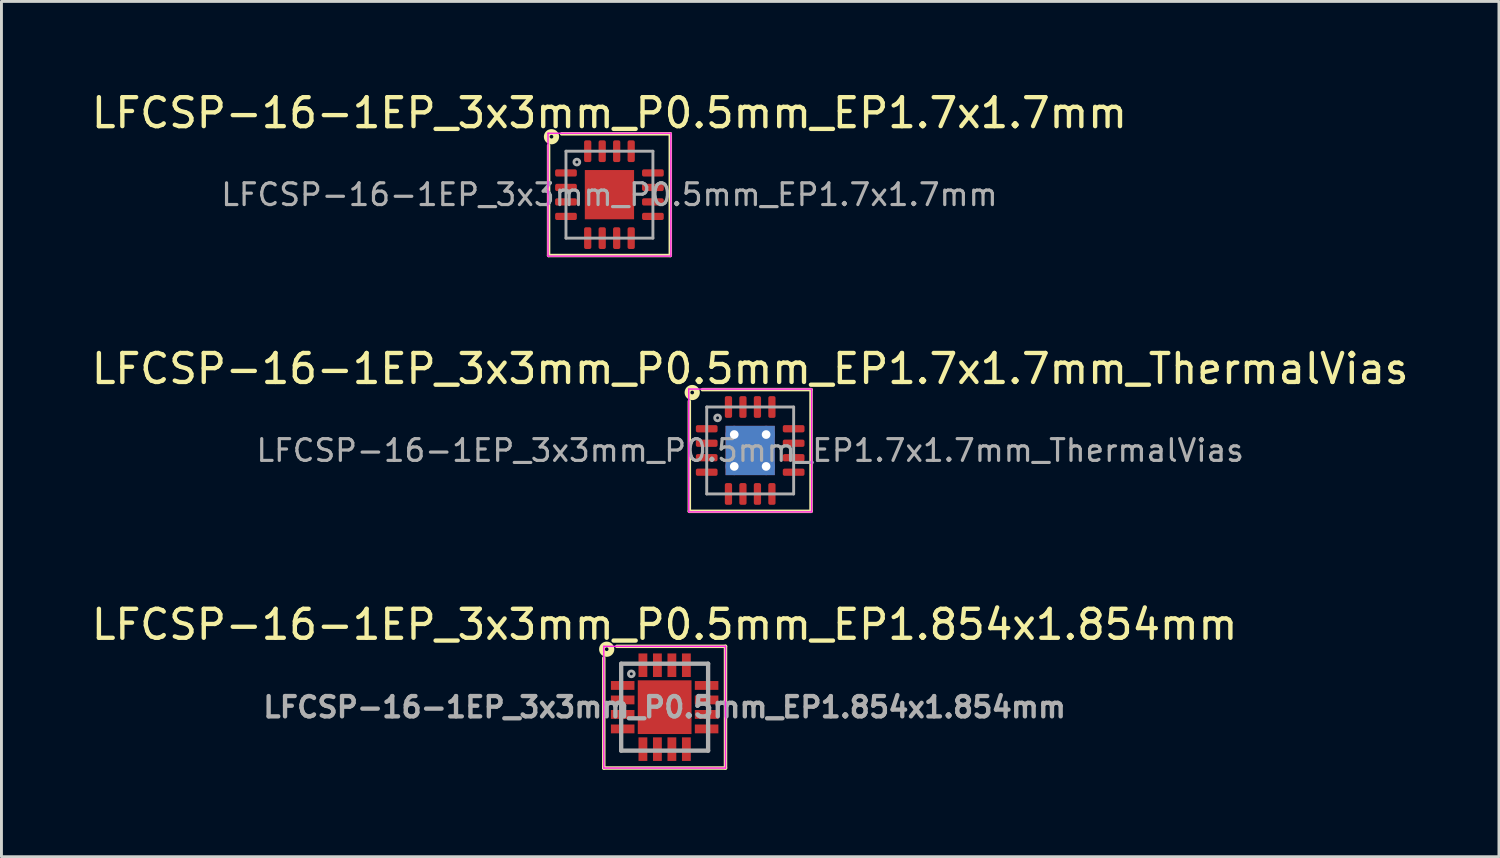
<source format=kicad_pcb>
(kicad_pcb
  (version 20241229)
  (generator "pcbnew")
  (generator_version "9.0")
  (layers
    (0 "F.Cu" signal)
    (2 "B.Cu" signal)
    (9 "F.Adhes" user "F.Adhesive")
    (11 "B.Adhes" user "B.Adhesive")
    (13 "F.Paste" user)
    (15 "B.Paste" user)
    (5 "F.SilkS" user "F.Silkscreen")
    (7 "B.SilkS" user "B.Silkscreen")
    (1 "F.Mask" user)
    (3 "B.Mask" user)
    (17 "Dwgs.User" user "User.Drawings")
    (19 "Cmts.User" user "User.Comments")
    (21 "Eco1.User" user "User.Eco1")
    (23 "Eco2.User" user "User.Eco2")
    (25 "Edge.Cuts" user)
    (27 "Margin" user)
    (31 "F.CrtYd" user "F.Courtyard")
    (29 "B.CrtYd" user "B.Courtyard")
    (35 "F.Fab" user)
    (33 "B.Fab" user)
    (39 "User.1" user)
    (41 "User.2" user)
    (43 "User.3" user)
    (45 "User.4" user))
  (footprint "LFCSP-16-1EP_3x3mm_P0.5mm_EP1.7x1.7mm"
    (layer "F.Cu")
    (at 17.982 3.668)
    (property "Reference" "LFCSP-16-1EP_3x3mm_P0.5mm_EP1.7x1.7mm" (at 0 -2.82 0) (layer "F.SilkS") (effects (font (size 1 1) (thickness 0.15))))
    (attr smd)
    (fp_line (start -2.1 2.1) (end -2.1 -1.7) (stroke (width 0.12) (type solid)) (layer "F.SilkS"))
    (fp_line (start 2.1 -2.1) (end -1.65 -2.1) (stroke (width 0.12) (type solid)) (layer "F.SilkS"))
    (fp_line (start 2.1 -2.1) (end 2.1 2.1) (stroke (width 0.12) (type solid)) (layer "F.SilkS"))
    (fp_line (start 2.1 2.1) (end -2.1 2.1) (stroke (width 0.12) (type solid)) (layer "F.SilkS"))
    (fp_circle (center -2 -2) (end -1.937 -2) (stroke (width 0.2) (type solid)) (fill no) (layer "F.SilkS"))
    (fp_line (start -2.12 -2.12) (end -2.12 2.12) (stroke (width 0.05) (type solid)) (layer "F.CrtYd"))
    (fp_line (start -2.12 2.12) (end 2.12 2.12) (stroke (width 0.05) (type solid)) (layer "F.CrtYd"))
    (fp_line (start 2.12 -2.12) (end -2.12 -2.12) (stroke (width 0.05) (type solid)) (layer "F.CrtYd"))
    (fp_line (start 2.12 2.12) (end 2.12 -2.12) (stroke (width 0.05) (type solid)) (layer "F.CrtYd"))
    (fp_line (start -1.5 -1.5) (end 1.5 -1.5) (stroke (width 0.1) (type solid)) (layer "F.Fab"))
    (fp_line (start -1.5 1.5) (end -1.5 -1.5) (stroke (width 0.1) (type solid)) (layer "F.Fab"))
    (fp_line (start 1.5 -1.5) (end 1.5 1.5) (stroke (width 0.1) (type solid)) (layer "F.Fab"))
    (fp_line (start 1.5 1.5) (end -1.5 1.5) (stroke (width 0.1) (type solid)) (layer "F.Fab"))
    (fp_circle (center -1.125 -1.125) (end -1.025 -1.125) (stroke (width 0.1) (type solid)) (fill no) (layer "F.Fab"))
    (fp_text user "${REFERENCE}" (at 0 0 0) (layer "F.Fab") (effects (font (size 0.75 0.75) (thickness 0.11))))
    (pad "" smd roundrect (at -0.425 -0.425) (size 0.69 0.69) (layers "F.Paste") (roundrect_rratio 0.25))
    (pad "" smd roundrect (at -0.425 0.425) (size 0.69 0.69) (layers "F.Paste") (roundrect_rratio 0.25))
    (pad "" smd roundrect (at 0.425 -0.425) (size 0.69 0.69) (layers "F.Paste") (roundrect_rratio 0.25))
    (pad "" smd roundrect (at 0.425 0.425) (size 0.69 0.69) (layers "F.Paste") (roundrect_rratio 0.25))
    (pad "1" smd roundrect (at -1.5 -0.75) (size 0.75 0.25) (layers "F.Cu" "F.Mask" "F.Paste") (roundrect_rratio 0.25))
    (pad "2" smd roundrect (at -1.5 -0.25) (size 0.75 0.25) (layers "F.Cu" "F.Mask" "F.Paste") (roundrect_rratio 0.25))
    (pad "3" smd roundrect (at -1.5 0.25) (size 0.75 0.25) (layers "F.Cu" "F.Mask" "F.Paste") (roundrect_rratio 0.25))
    (pad "4" smd roundrect (at -1.5 0.75) (size 0.75 0.25) (layers "F.Cu" "F.Mask" "F.Paste") (roundrect_rratio 0.25))
    (pad "5" smd roundrect (at -0.75 1.5) (size 0.25 0.75) (layers "F.Cu" "F.Mask" "F.Paste") (roundrect_rratio 0.25))
    (pad "6" smd roundrect (at -0.25 1.5) (size 0.25 0.75) (layers "F.Cu" "F.Mask" "F.Paste") (roundrect_rratio 0.25))
    (pad "7" smd roundrect (at 0.25 1.5) (size 0.25 0.75) (layers "F.Cu" "F.Mask" "F.Paste") (roundrect_rratio 0.25))
    (pad "8" smd roundrect (at 0.75 1.5) (size 0.25 0.75) (layers "F.Cu" "F.Mask" "F.Paste") (roundrect_rratio 0.25))
    (pad "9" smd roundrect (at 1.5 0.75) (size 0.75 0.25) (layers "F.Cu" "F.Mask" "F.Paste") (roundrect_rratio 0.25))
    (pad "10" smd roundrect (at 1.5 0.25) (size 0.75 0.25) (layers "F.Cu" "F.Mask" "F.Paste") (roundrect_rratio 0.25))
    (pad "11" smd roundrect (at 1.5 -0.25) (size 0.75 0.25) (layers "F.Cu" "F.Mask" "F.Paste") (roundrect_rratio 0.25))
    (pad "12" smd roundrect (at 1.5 -0.75) (size 0.75 0.25) (layers "F.Cu" "F.Mask" "F.Paste") (roundrect_rratio 0.25))
    (pad "13" smd roundrect (at 0.75 -1.5) (size 0.25 0.75) (layers "F.Cu" "F.Mask" "F.Paste") (roundrect_rratio 0.25))
    (pad "14" smd roundrect (at 0.25 -1.5) (size 0.25 0.75) (layers "F.Cu" "F.Mask" "F.Paste") (roundrect_rratio 0.25))
    (pad "15" smd roundrect (at -0.25 -1.5) (size 0.25 0.75) (layers "F.Cu" "F.Mask" "F.Paste") (roundrect_rratio 0.25))
    (pad "16" smd roundrect (at -0.75 -1.5) (size 0.25 0.75) (layers "F.Cu" "F.Mask" "F.Paste") (roundrect_rratio 0.25))
    (pad "17" smd rect (at 0 0) (size 1.7 1.7) (layers "F.Cu" "F.Mask")))
  (footprint "LFCSP-16-1EP_3x3mm_P0.5mm_EP1.854x1.854mm"
    (layer "F.Cu")
    (at 19.887 21.355)
    (property "Reference" "LFCSP-16-1EP_3x3mm_P0.5mm_EP1.854x1.854mm" (at 0 -2.85 0) (layer "F.SilkS") (effects (font (size 1 1) (thickness 0.15))))
    (attr smd)
    (fp_line (start -2.1 2.1) (end -2.1 -1.7) (stroke (width 0.12) (type solid)) (layer "F.SilkS"))
    (fp_line (start 2.1 -2.1) (end -1.65 -2.1) (stroke (width 0.12) (type solid)) (layer "F.SilkS"))
    (fp_line (start 2.1 -2.1) (end 2.1 2.1) (stroke (width 0.12) (type solid)) (layer "F.SilkS"))
    (fp_line (start 2.1 2.1) (end -2.1 2.1) (stroke (width 0.12) (type solid)) (layer "F.SilkS"))
    (fp_circle (center -2 -2) (end -1.937 -2) (stroke (width 0.2) (type solid)) (fill no) (layer "F.SilkS"))
    (fp_line (start -2.1 -2.1) (end -2.1 2.1) (stroke (width 0.05) (type solid)) (layer "F.CrtYd"))
    (fp_line (start -2.1 -2.1) (end 2.1 -2.1) (stroke (width 0.05) (type solid)) (layer "F.CrtYd"))
    (fp_line (start -2.1 2.1) (end 2.1 2.1) (stroke (width 0.05) (type solid)) (layer "F.CrtYd"))
    (fp_line (start 2.1 -2.1) (end 2.1 2.1) (stroke (width 0.05) (type solid)) (layer "F.CrtYd"))
    (fp_line (start -1.5 -1.5) (end 1.5 -1.5) (stroke (width 0.15) (type solid)) (layer "F.Fab"))
    (fp_line (start -1.5 1.5) (end -1.5 -1.5) (stroke (width 0.15) (type solid)) (layer "F.Fab"))
    (fp_line (start 1.5 -1.5) (end 1.5 1.5) (stroke (width 0.15) (type solid)) (layer "F.Fab"))
    (fp_line (start 1.5 1.5) (end -1.5 1.5) (stroke (width 0.15) (type solid)) (layer "F.Fab"))
    (fp_circle (center -1.15 -1.15) (end -1.05 -1.15) (stroke (width 0.1) (type solid)) (fill no) (layer "F.Fab"))
    (fp_text user "${REFERENCE}" (at 0 0 0) (layer "F.Fab") (effects (font (size 0.7 0.7) (thickness 0.15))))
    (pad "" smd rect (at -0.45 -0.45) (size 0.7 0.7) (layers "F.Paste"))
    (pad "" smd rect (at -0.45 0.45) (size 0.7 0.7) (layers "F.Paste"))
    (pad "" smd rect (at 0.45 -0.45) (size 0.7 0.7) (layers "F.Paste"))
    (pad "" smd rect (at 0.45 0.45) (size 0.7 0.7) (layers "F.Paste"))
    (pad "1" smd rect (at -1.448 -0.75) (size 0.813 0.305) (layers "F.Cu" "F.Mask" "F.Paste"))
    (pad "2" smd rect (at -1.448 -0.25) (size 0.813 0.305) (layers "F.Cu" "F.Mask" "F.Paste"))
    (pad "3" smd rect (at -1.448 0.25) (size 0.813 0.305) (layers "F.Cu" "F.Mask" "F.Paste"))
    (pad "4" smd rect (at -1.448 0.75) (size 0.813 0.305) (layers "F.Cu" "F.Mask" "F.Paste"))
    (pad "5" smd rect (at -0.75 1.448) (size 0.305 0.813) (layers "F.Cu" "F.Mask" "F.Paste"))
    (pad "6" smd rect (at -0.25 1.448) (size 0.305 0.813) (layers "F.Cu" "F.Mask" "F.Paste"))
    (pad "7" smd rect (at 0.25 1.448) (size 0.305 0.813) (layers "F.Cu" "F.Mask" "F.Paste"))
    (pad "8" smd rect (at 0.75 1.448) (size 0.305 0.813) (layers "F.Cu" "F.Mask" "F.Paste"))
    (pad "9" smd rect (at 1.448 0.75) (size 0.813 0.305) (layers "F.Cu" "F.Mask" "F.Paste"))
    (pad "10" smd rect (at 1.448 0.25) (size 0.813 0.305) (layers "F.Cu" "F.Mask" "F.Paste"))
    (pad "11" smd rect (at 1.448 -0.25) (size 0.813 0.305) (layers "F.Cu" "F.Mask" "F.Paste"))
    (pad "12" smd rect (at 1.448 -0.75) (size 0.813 0.305) (layers "F.Cu" "F.Mask" "F.Paste"))
    (pad "13" smd rect (at 0.75 -1.448) (size 0.305 0.813) (layers "F.Cu" "F.Mask" "F.Paste"))
    (pad "14" smd rect (at 0.25 -1.448) (size 0.305 0.813) (layers "F.Cu" "F.Mask" "F.Paste"))
    (pad "15" smd rect (at -0.25 -1.448) (size 0.305 0.813) (layers "F.Cu" "F.Mask" "F.Paste"))
    (pad "16" smd rect (at -0.75 -1.448) (size 0.305 0.813) (layers "F.Cu" "F.Mask" "F.Paste"))
    (pad "17" smd rect (at 0 0) (size 1.854 1.854) (layers "F.Cu" "F.Mask")))
  (footprint "LFCSP-16-1EP_3x3mm_P0.5mm_EP1.7x1.7mm_ThermalVias"
    (layer "F.Cu")
    (at 22.839 12.496)
    (property "Reference" "LFCSP-16-1EP_3x3mm_P0.5mm_EP1.7x1.7mm_ThermalVias" (at 0 -2.82 0) (layer "F.SilkS") (effects (font (size 1 1) (thickness 0.15))))
    (attr smd)
    (fp_line (start -2.1 2.1) (end -2.1 -1.7) (stroke (width 0.12) (type solid)) (layer "F.SilkS"))
    (fp_line (start 2.1 -2.1) (end -1.65 -2.1) (stroke (width 0.12) (type solid)) (layer "F.SilkS"))
    (fp_line (start 2.1 -2.1) (end 2.1 2.1) (stroke (width 0.12) (type solid)) (layer "F.SilkS"))
    (fp_line (start 2.1 2.1) (end -2.1 2.1) (stroke (width 0.12) (type solid)) (layer "F.SilkS"))
    (fp_circle (center -2 -2) (end -1.937 -2) (stroke (width 0.2) (type solid)) (fill no) (layer "F.SilkS"))
    (fp_line (start -2.12 -2.12) (end -2.12 2.12) (stroke (width 0.05) (type solid)) (layer "F.CrtYd"))
    (fp_line (start -2.12 2.12) (end 2.12 2.12) (stroke (width 0.05) (type solid)) (layer "F.CrtYd"))
    (fp_line (start 2.12 -2.12) (end -2.12 -2.12) (stroke (width 0.05) (type solid)) (layer "F.CrtYd"))
    (fp_line (start 2.12 2.12) (end 2.12 -2.12) (stroke (width 0.05) (type solid)) (layer "F.CrtYd"))
    (fp_line (start -1.5 -1.5) (end 1.5 -1.5) (stroke (width 0.1) (type solid)) (layer "F.Fab"))
    (fp_line (start -1.5 1.5) (end -1.5 -1.5) (stroke (width 0.1) (type solid)) (layer "F.Fab"))
    (fp_line (start 1.5 -1.5) (end 1.5 1.5) (stroke (width 0.1) (type solid)) (layer "F.Fab"))
    (fp_line (start 1.5 1.5) (end -1.5 1.5) (stroke (width 0.1) (type solid)) (layer "F.Fab"))
    (fp_circle (center -1.125 -1.125) (end -1.025 -1.125) (stroke (width 0.1) (type solid)) (fill no) (layer "F.Fab"))
    (fp_text user "${REFERENCE}" (at 0 0 0) (layer "F.Fab") (effects (font (size 0.75 0.75) (thickness 0.11))))
    (pad "" smd roundrect (at -0.425 -0.425) (size 0.74 0.74) (layers "F.Paste") (roundrect_rratio 0.25))
    (pad "" smd roundrect (at -0.425 0.425) (size 0.74 0.74) (layers "F.Paste") (roundrect_rratio 0.25))
    (pad "" smd roundrect (at 0.425 -0.425) (size 0.74 0.74) (layers "F.Paste") (roundrect_rratio 0.25))
    (pad "" smd roundrect (at 0.425 0.425) (size 0.74 0.74) (layers "F.Paste") (roundrect_rratio 0.25))
    (pad "1" smd roundrect (at -1.5 -0.75) (size 0.75 0.25) (layers "F.Cu" "F.Mask" "F.Paste") (roundrect_rratio 0.25))
    (pad "2" smd roundrect (at -1.5 -0.25) (size 0.75 0.25) (layers "F.Cu" "F.Mask" "F.Paste") (roundrect_rratio 0.25))
    (pad "3" smd roundrect (at -1.5 0.25) (size 0.75 0.25) (layers "F.Cu" "F.Mask" "F.Paste") (roundrect_rratio 0.25))
    (pad "4" smd roundrect (at -1.5 0.75) (size 0.75 0.25) (layers "F.Cu" "F.Mask" "F.Paste") (roundrect_rratio 0.25))
    (pad "5" smd roundrect (at -0.75 1.5) (size 0.25 0.75) (layers "F.Cu" "F.Mask" "F.Paste") (roundrect_rratio 0.25))
    (pad "6" smd roundrect (at -0.25 1.5) (size 0.25 0.75) (layers "F.Cu" "F.Mask" "F.Paste") (roundrect_rratio 0.25))
    (pad "7" smd roundrect (at 0.25 1.5) (size 0.25 0.75) (layers "F.Cu" "F.Mask" "F.Paste") (roundrect_rratio 0.25))
    (pad "8" smd roundrect (at 0.75 1.5) (size 0.25 0.75) (layers "F.Cu" "F.Mask" "F.Paste") (roundrect_rratio 0.25))
    (pad "9" smd roundrect (at 1.5 0.75) (size 0.75 0.25) (layers "F.Cu" "F.Mask" "F.Paste") (roundrect_rratio 0.25))
    (pad "10" smd roundrect (at 1.5 0.25) (size 0.75 0.25) (layers "F.Cu" "F.Mask" "F.Paste") (roundrect_rratio 0.25))
    (pad "11" smd roundrect (at 1.5 -0.25) (size 0.75 0.25) (layers "F.Cu" "F.Mask" "F.Paste") (roundrect_rratio 0.25))
    (pad "12" smd roundrect (at 1.5 -0.75) (size 0.75 0.25) (layers "F.Cu" "F.Mask" "F.Paste") (roundrect_rratio 0.25))
    (pad "13" smd roundrect (at 0.75 -1.5) (size 0.25 0.75) (layers "F.Cu" "F.Mask" "F.Paste") (roundrect_rratio 0.25))
    (pad "14" smd roundrect (at 0.25 -1.5) (size 0.25 0.75) (layers "F.Cu" "F.Mask" "F.Paste") (roundrect_rratio 0.25))
    (pad "15" smd roundrect (at -0.25 -1.5) (size 0.25 0.75) (layers "F.Cu" "F.Mask" "F.Paste") (roundrect_rratio 0.25))
    (pad "16" smd roundrect (at -0.75 -1.5) (size 0.25 0.75) (layers "F.Cu" "F.Mask" "F.Paste") (roundrect_rratio 0.25))
    (pad "17" thru_hole circle (at -0.55 -0.55) (size 0.6 0.6) (drill 0.3) (layers "*.Cu"))
    (pad "17" thru_hole circle (at -0.55 0.55) (size 0.6 0.6) (drill 0.3) (layers "*.Cu"))
    (pad "17" smd rect (at 0 0) (size 1.7 1.7) (layers "F.Cu" "F.Mask"))
    (pad "17" smd rect (at 0 0) (size 1.7 1.7) (layers "B.Cu" "B.Mask"))
    (pad "17" thru_hole circle (at 0.55 -0.55) (size 0.6 0.6) (drill 0.3) (layers "*.Cu"))
    (pad "17" thru_hole circle (at 0.55 0.55) (size 0.6 0.6) (drill 0.3) (layers "*.Cu")))
  (gr_rect
    (start -3 -3)
    (end 48.679 26.515)
    (stroke (width 0.1) (type default))
    (fill no)
    (layer "Edge.Cuts")))
</source>
